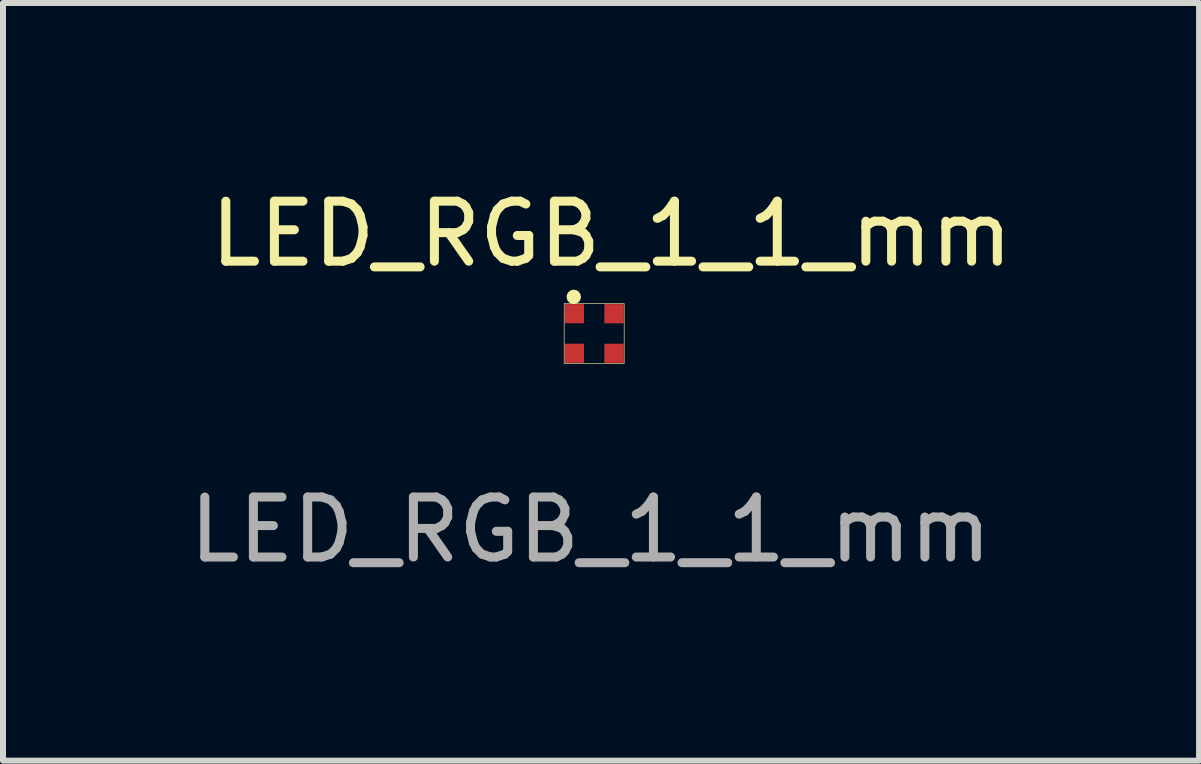
<source format=kicad_pcb>
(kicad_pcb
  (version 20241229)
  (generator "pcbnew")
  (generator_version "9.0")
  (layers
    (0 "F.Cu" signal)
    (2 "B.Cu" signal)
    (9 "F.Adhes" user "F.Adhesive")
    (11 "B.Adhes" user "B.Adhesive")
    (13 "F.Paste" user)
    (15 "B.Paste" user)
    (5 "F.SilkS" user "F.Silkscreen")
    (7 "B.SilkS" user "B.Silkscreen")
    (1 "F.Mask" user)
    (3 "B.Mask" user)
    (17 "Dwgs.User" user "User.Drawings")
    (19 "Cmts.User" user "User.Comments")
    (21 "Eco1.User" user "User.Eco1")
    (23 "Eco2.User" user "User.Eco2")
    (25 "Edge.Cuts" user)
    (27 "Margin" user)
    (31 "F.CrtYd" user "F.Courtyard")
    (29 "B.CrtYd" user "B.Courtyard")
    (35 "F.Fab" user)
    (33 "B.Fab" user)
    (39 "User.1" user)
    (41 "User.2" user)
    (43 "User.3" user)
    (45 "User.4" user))
  (footprint "LED_RGB_1_1_mm"
    (layer "F.Cu")
    (at 6.852 2.518)
    (property "Reference" "LED_RGB_1_1_mm" (at 0.29 -1.67 0) (unlocked yes) (layer "F.SilkS") (effects (font (size 1 1) (thickness 0.15))))
    (attr smd)
    (fp_rect (start -0.5 -0.51) (end 0.5 0.49) (stroke (width 0.01) (type solid)) (fill no) (layer "F.SilkS"))
    (fp_circle (center -0.34 -0.62) (end -0.34 -0.62) (stroke (width 0.12) (type solid)) (fill no) (layer "F.SilkS"))
    (fp_text user "${REFERENCE}" (at -0.06 3.26 0) (unlocked yes) (layer "F.Fab") (effects (font (size 1 1) (thickness 0.15))))
    (pad "1" smd rect (at -0.33 -0.34) (size 0.32 0.32) (layers "F.Cu" "F.Mask" "F.Paste"))
    (pad "2" smd rect (at -0.33 0.32) (size 0.32 0.32) (layers "F.Cu" "F.Mask" "F.Paste"))
    (pad "3" smd rect (at 0.33 0.32) (size 0.32 0.32) (layers "F.Cu" "F.Mask" "F.Paste"))
    (pad "4" smd rect (at 0.33 -0.34) (size 0.32 0.32) (layers "F.Cu" "F.Mask" "F.Paste")))
  (gr_rect
    (start -3 -3)
    (end 16.933 9.627)
    (stroke (width 0.1) (type default))
    (fill no)
    (layer "Edge.Cuts")))
</source>
